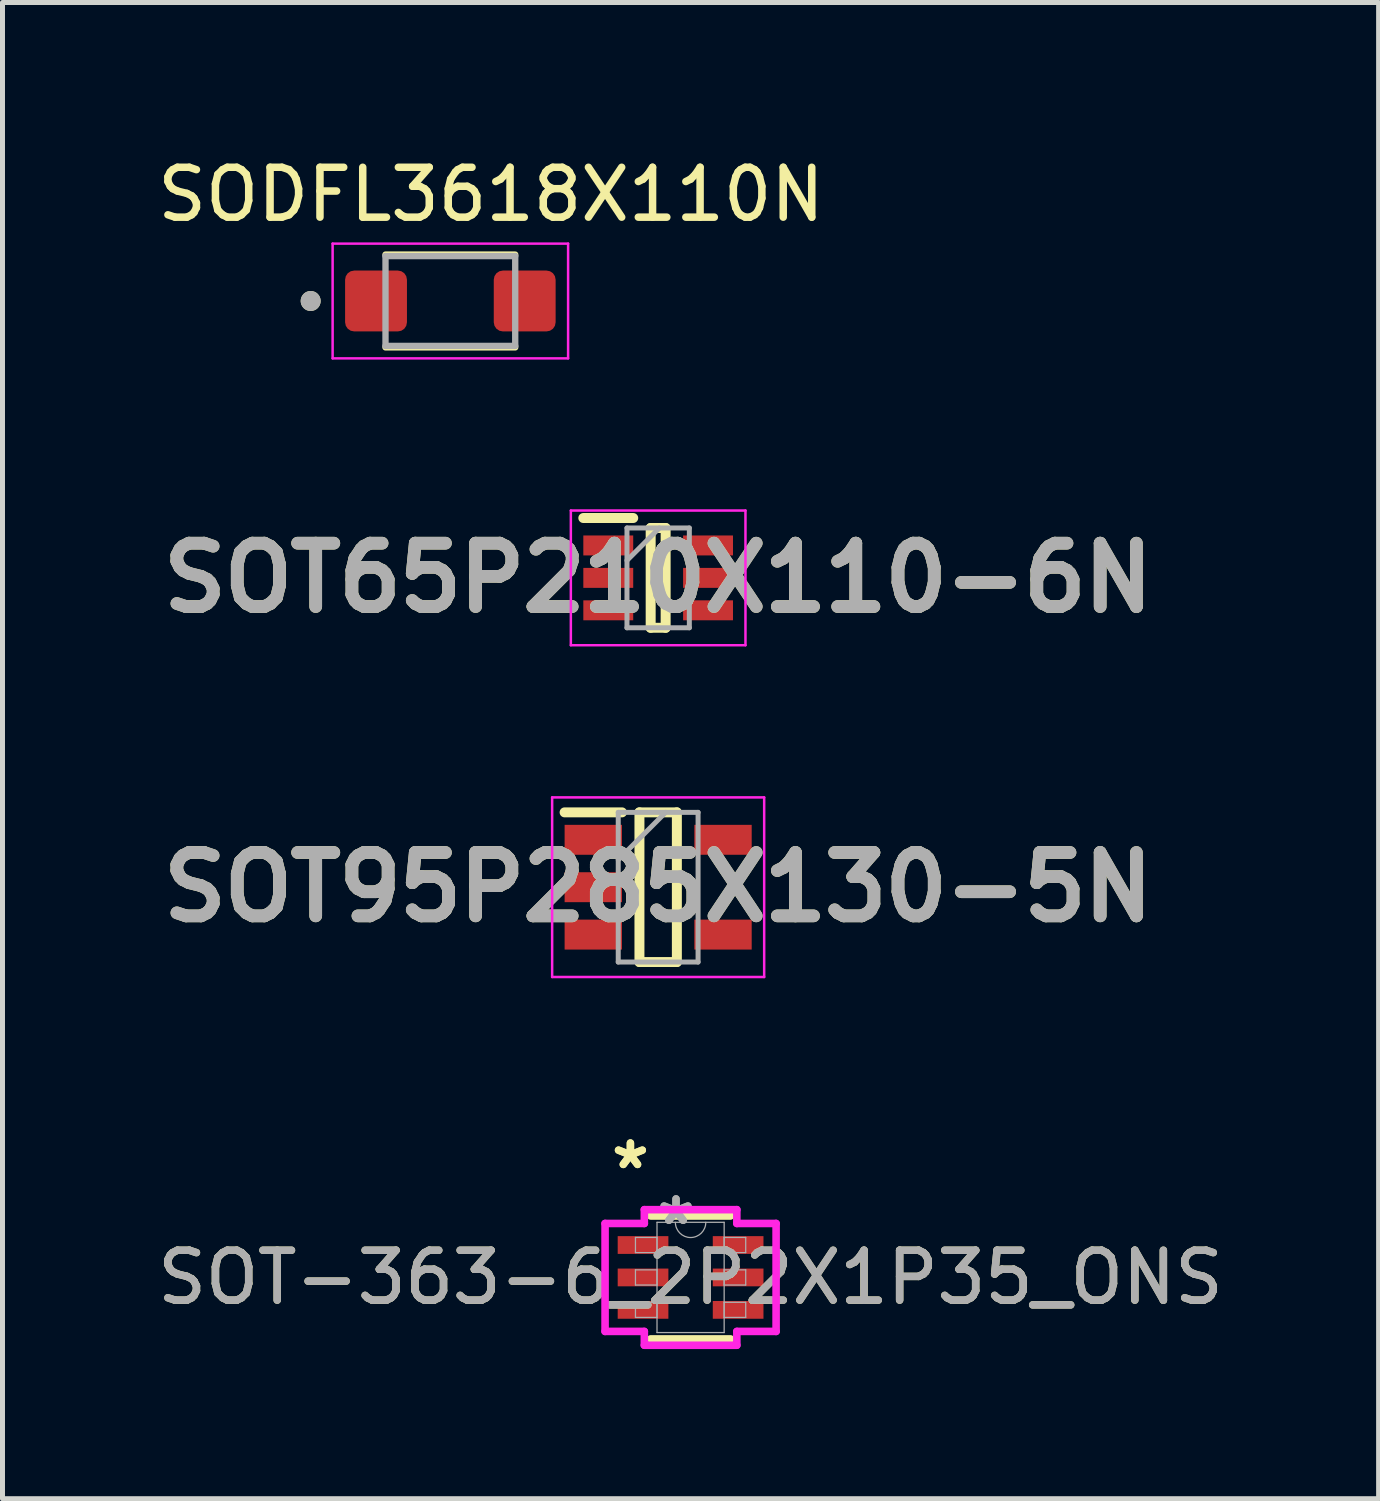
<source format=kicad_pcb>
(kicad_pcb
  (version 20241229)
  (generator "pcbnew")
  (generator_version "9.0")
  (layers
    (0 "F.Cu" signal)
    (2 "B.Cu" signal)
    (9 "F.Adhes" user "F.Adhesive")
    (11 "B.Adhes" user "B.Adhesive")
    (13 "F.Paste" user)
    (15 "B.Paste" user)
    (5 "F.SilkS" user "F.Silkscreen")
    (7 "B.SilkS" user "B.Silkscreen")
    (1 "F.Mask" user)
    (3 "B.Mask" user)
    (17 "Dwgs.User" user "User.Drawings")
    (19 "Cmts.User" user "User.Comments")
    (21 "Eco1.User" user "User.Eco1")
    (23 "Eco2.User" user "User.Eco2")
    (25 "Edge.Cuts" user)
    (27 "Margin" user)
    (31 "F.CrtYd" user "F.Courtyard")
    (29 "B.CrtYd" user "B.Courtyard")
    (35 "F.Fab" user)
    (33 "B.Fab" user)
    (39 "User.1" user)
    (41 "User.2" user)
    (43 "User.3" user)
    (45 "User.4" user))
  (footprint "SODFL3618X110N"
    (layer "F.Cu")
    (at 5.977 2.983)
    (property "Reference" "SODFL3618X110N" (at 0.815 -2.135 0) (layer "F.SilkS") (effects (font (size 1 1) (thickness 0.15))))
    (attr smd)
    (fp_line (start -1.3 -0.93) (end 1.3 -0.93) (stroke (width 0.127) (type solid)) (layer "F.SilkS"))
    (fp_line (start -1.3 0.93) (end 1.3 0.93) (stroke (width 0.127) (type solid)) (layer "F.SilkS"))
    (fp_circle (center -2.8 0) (end -2.7 0) (stroke (width 0.2) (type solid)) (fill no) (layer "F.SilkS"))
    (fp_line (start -2.36 -1.15) (end -2.36 1.15) (stroke (width 0.05) (type solid)) (layer "F.CrtYd"))
    (fp_line (start -2.36 1.15) (end 2.36 1.15) (stroke (width 0.05) (type solid)) (layer "F.CrtYd"))
    (fp_line (start 2.36 -1.15) (end -2.36 -1.15) (stroke (width 0.05) (type solid)) (layer "F.CrtYd"))
    (fp_line (start 2.36 1.15) (end 2.36 -1.15) (stroke (width 0.05) (type solid)) (layer "F.CrtYd"))
    (fp_line (start -1.3 -0.9) (end 1.3 -0.9) (stroke (width 0.127) (type solid)) (layer "F.Fab"))
    (fp_line (start -1.3 0.9) (end -1.3 -0.9) (stroke (width 0.127) (type solid)) (layer "F.Fab"))
    (fp_line (start 1.3 -0.9) (end 1.3 0.9) (stroke (width 0.127) (type solid)) (layer "F.Fab"))
    (fp_line (start 1.3 0.9) (end -1.3 0.9) (stroke (width 0.127) (type solid)) (layer "F.Fab"))
    (fp_circle (center -2.8 0) (end -2.7 0) (stroke (width 0.2) (type solid)) (fill no) (layer "F.Fab"))
    (pad "A" smd roundrect (at 1.49 0) (size 1.24 1.22) (layers "F.Cu" "F.Mask" "F.Paste") (roundrect_rratio 0.15))
    (pad "C" smd roundrect (at -1.49 0) (size 1.24 1.22) (layers "F.Cu" "F.Mask" "F.Paste") (roundrect_rratio 0.15)))
  (footprint "SOT-363-6_2P2X1P35_ONS"
    (layer "F.Cu")
    (at 10.792 22.555)
    (property "Reference" "SOT-363-6_2P2X1P35_ONS" (at 0 0 0) (unlocked yes) (layer "F.SilkS") (effects (font (size 1 1) (thickness 0.15))))
    (attr smd)
    (fp_line (start -0.8 1.232) (end 0.8 1.232) (stroke (width 0.152) (type solid)) (layer "F.SilkS"))
    (fp_line (start 0.8 -1.232) (end -0.8 -1.232) (stroke (width 0.152) (type solid)) (layer "F.SilkS"))
    (fp_line (start -1.714 -1.082) (end -0.927 -1.082) (stroke (width 0.152) (type solid)) (layer "F.CrtYd"))
    (fp_line (start -1.714 1.082) (end -1.714 -1.082) (stroke (width 0.152) (type solid)) (layer "F.CrtYd"))
    (fp_line (start -1.714 1.082) (end -0.927 1.082) (stroke (width 0.152) (type solid)) (layer "F.CrtYd"))
    (fp_line (start -0.927 -1.359) (end 0.927 -1.359) (stroke (width 0.152) (type solid)) (layer "F.CrtYd"))
    (fp_line (start -0.927 -1.082) (end -0.927 -1.359) (stroke (width 0.152) (type solid)) (layer "F.CrtYd"))
    (fp_line (start -0.927 1.359) (end -0.927 1.082) (stroke (width 0.152) (type solid)) (layer "F.CrtYd"))
    (fp_line (start 0.927 -1.359) (end 0.927 -1.082) (stroke (width 0.152) (type solid)) (layer "F.CrtYd"))
    (fp_line (start 0.927 1.082) (end 0.927 1.359) (stroke (width 0.152) (type solid)) (layer "F.CrtYd"))
    (fp_line (start 0.927 1.359) (end -0.927 1.359) (stroke (width 0.152) (type solid)) (layer "F.CrtYd"))
    (fp_line (start 1.714 -1.082) (end 0.927 -1.082) (stroke (width 0.152) (type solid)) (layer "F.CrtYd"))
    (fp_line (start 1.714 -1.082) (end 1.714 1.082) (stroke (width 0.152) (type solid)) (layer "F.CrtYd"))
    (fp_line (start 1.714 1.082) (end 0.927 1.082) (stroke (width 0.152) (type solid)) (layer "F.CrtYd"))
    (fp_line (start -1.105 -0.802) (end -1.105 -0.498) (stroke (width 0.025) (type solid)) (layer "F.Fab"))
    (fp_line (start -1.105 -0.498) (end -0.673 -0.498) (stroke (width 0.025) (type solid)) (layer "F.Fab"))
    (fp_line (start -1.105 -0.152) (end -1.105 0.152) (stroke (width 0.025) (type solid)) (layer "F.Fab"))
    (fp_line (start -1.105 0.152) (end -0.673 0.152) (stroke (width 0.025) (type solid)) (layer "F.Fab"))
    (fp_line (start -1.105 0.498) (end -1.105 0.802) (stroke (width 0.025) (type solid)) (layer "F.Fab"))
    (fp_line (start -1.105 0.802) (end -0.673 0.802) (stroke (width 0.025) (type solid)) (layer "F.Fab"))
    (fp_line (start -0.673 -1.105) (end -0.673 1.105) (stroke (width 0.025) (type solid)) (layer "F.Fab"))
    (fp_line (start -0.673 -0.802) (end -1.105 -0.802) (stroke (width 0.025) (type solid)) (layer "F.Fab"))
    (fp_line (start -0.673 -0.498) (end -0.673 -0.802) (stroke (width 0.025) (type solid)) (layer "F.Fab"))
    (fp_line (start -0.673 -0.152) (end -1.105 -0.152) (stroke (width 0.025) (type solid)) (layer "F.Fab"))
    (fp_line (start -0.673 0.152) (end -0.673 -0.152) (stroke (width 0.025) (type solid)) (layer "F.Fab"))
    (fp_line (start -0.673 0.498) (end -1.105 0.498) (stroke (width 0.025) (type solid)) (layer "F.Fab"))
    (fp_line (start -0.673 0.802) (end -0.673 0.498) (stroke (width 0.025) (type solid)) (layer "F.Fab"))
    (fp_line (start -0.673 1.105) (end 0.673 1.105) (stroke (width 0.025) (type solid)) (layer "F.Fab"))
    (fp_line (start 0.673 -1.105) (end -0.673 -1.105) (stroke (width 0.025) (type solid)) (layer "F.Fab"))
    (fp_line (start 0.673 -0.802) (end 0.673 -0.498) (stroke (width 0.025) (type solid)) (layer "F.Fab"))
    (fp_line (start 0.673 -0.498) (end 1.105 -0.498) (stroke (width 0.025) (type solid)) (layer "F.Fab"))
    (fp_line (start 0.673 -0.152) (end 0.673 0.152) (stroke (width 0.025) (type solid)) (layer "F.Fab"))
    (fp_line (start 0.673 0.152) (end 1.105 0.152) (stroke (width 0.025) (type solid)) (layer "F.Fab"))
    (fp_line (start 0.673 0.498) (end 0.673 0.802) (stroke (width 0.025) (type solid)) (layer "F.Fab"))
    (fp_line (start 0.673 0.802) (end 1.105 0.802) (stroke (width 0.025) (type solid)) (layer "F.Fab"))
    (fp_line (start 0.673 1.105) (end 0.673 -1.105) (stroke (width 0.025) (type solid)) (layer "F.Fab"))
    (fp_line (start 1.105 -0.802) (end 0.673 -0.802) (stroke (width 0.025) (type solid)) (layer "F.Fab"))
    (fp_line (start 1.105 -0.498) (end 1.105 -0.802) (stroke (width 0.025) (type solid)) (layer "F.Fab"))
    (fp_line (start 1.105 -0.152) (end 0.673 -0.152) (stroke (width 0.025) (type solid)) (layer "F.Fab"))
    (fp_line (start 1.105 0.152) (end 1.105 -0.152) (stroke (width 0.025) (type solid)) (layer "F.Fab"))
    (fp_line (start 1.105 0.498) (end 0.673 0.498) (stroke (width 0.025) (type solid)) (layer "F.Fab"))
    (fp_line (start 1.105 0.802) (end 1.105 0.498) (stroke (width 0.025) (type solid)) (layer "F.Fab"))
    (fp_arc (start 0.3048 -1.1049) (mid 0 -0.8001) (end -0.3048 -1.1049) (stroke (width 0.0254) (type solid)) (layer "F.Fab"))
    (fp_text user "*" (at -1.206 -2.149 0) (unlocked yes) (layer "F.SilkS") (effects (font (size 1 1) (thickness 0.15))))
    (fp_text user "*" (at -1.206 -2.149 0) (layer "F.SilkS") (effects (font (size 1 1) (thickness 0.15))))
    (fp_text user "*" (at -0.292 -1.029 0) (layer "F.Fab") (effects (font (size 1 1) (thickness 0.15))))
    (fp_text user "${REFERENCE}" (at 0 0 0) (unlocked yes) (layer "F.Fab") (effects (font (size 1 1) (thickness 0.15))))
    (fp_text user "*" (at -0.292 -1.029 0) (unlocked yes) (layer "F.Fab") (effects (font (size 1 1) (thickness 0.15))))
    (pad "1" smd rect (at -0.953 -0.65) (size 1.016 0.356) (layers "F.Cu" "F.Mask" "F.Paste"))
    (pad "2" smd rect (at -0.953 0) (size 1.016 0.356) (layers "F.Cu" "F.Mask" "F.Paste"))
    (pad "3" smd rect (at -0.953 0.65) (size 1.016 0.356) (layers "F.Cu" "F.Mask" "F.Paste"))
    (pad "4" smd rect (at 0.953 0.65) (size 1.016 0.356) (layers "F.Cu" "F.Mask" "F.Paste"))
    (pad "5" smd rect (at 0.953 0) (size 1.016 0.356) (layers "F.Cu" "F.Mask" "F.Paste"))
    (pad "6" smd rect (at 0.953 -0.65) (size 1.016 0.356) (layers "F.Cu" "F.Mask" "F.Paste")))
  (footprint "SOT65P210X110-6N"
    (layer "F.Cu")
    (at 10.142 8.533)
    (property "Reference" "SOT65P210X110-6N" (at 0 0 0) (layer "F.SilkS") (effects (font (size 1.27 1.27) (thickness 0.254))))
    (attr smd)
    (fp_line (start -1.5 -1.2) (end -0.5 -1.2) (stroke (width 0.2) (type solid)) (layer "F.SilkS"))
    (fp_line (start -0.15 -1) (end 0.15 -1) (stroke (width 0.2) (type solid)) (layer "F.SilkS"))
    (fp_line (start -0.15 1) (end -0.15 -1) (stroke (width 0.2) (type solid)) (layer "F.SilkS"))
    (fp_line (start 0.15 -1) (end 0.15 1) (stroke (width 0.2) (type solid)) (layer "F.SilkS"))
    (fp_line (start 0.15 1) (end -0.15 1) (stroke (width 0.2) (type solid)) (layer "F.SilkS"))
    (fp_line (start -1.75 -1.35) (end 1.75 -1.35) (stroke (width 0.05) (type solid)) (layer "F.CrtYd"))
    (fp_line (start -1.75 1.35) (end -1.75 -1.35) (stroke (width 0.05) (type solid)) (layer "F.CrtYd"))
    (fp_line (start 1.75 -1.35) (end 1.75 1.35) (stroke (width 0.05) (type solid)) (layer "F.CrtYd"))
    (fp_line (start 1.75 1.35) (end -1.75 1.35) (stroke (width 0.05) (type solid)) (layer "F.CrtYd"))
    (fp_line (start -0.625 -1) (end 0.625 -1) (stroke (width 0.1) (type solid)) (layer "F.Fab"))
    (fp_line (start -0.625 -0.35) (end 0.025 -1) (stroke (width 0.1) (type solid)) (layer "F.Fab"))
    (fp_line (start -0.625 1) (end -0.625 -1) (stroke (width 0.1) (type solid)) (layer "F.Fab"))
    (fp_line (start 0.625 -1) (end 0.625 1) (stroke (width 0.1) (type solid)) (layer "F.Fab"))
    (fp_line (start 0.625 1) (end -0.625 1) (stroke (width 0.1) (type solid)) (layer "F.Fab"))
    (fp_text user "${REFERENCE}" (at 0 0 0) (layer "F.Fab") (effects (font (size 1.27 1.27) (thickness 0.254))))
    (pad "1" smd rect (at -1 -0.65 90) (size 0.4 1) (layers "F.Cu" "F.Mask" "F.Paste"))
    (pad "2" smd rect (at -1 0 90) (size 0.4 1) (layers "F.Cu" "F.Mask" "F.Paste"))
    (pad "3" smd rect (at -1 0.65 90) (size 0.4 1) (layers "F.Cu" "F.Mask" "F.Paste"))
    (pad "4" smd rect (at 1 0.65 90) (size 0.4 1) (layers "F.Cu" "F.Mask" "F.Paste"))
    (pad "5" smd rect (at 1 0 90) (size 0.4 1) (layers "F.Cu" "F.Mask" "F.Paste"))
    (pad "6" smd rect (at 1 -0.65 90) (size 0.4 1) (layers "F.Cu" "F.Mask" "F.Paste")))
  (footprint "SOT95P285X130-5N"
    (layer "F.Cu")
    (at 10.142 14.733)
    (property "Reference" "SOT95P285X130-5N" (at 0 0 0) (layer "F.SilkS") (effects (font (size 1.27 1.27) (thickness 0.254))))
    (attr smd)
    (fp_line (start -1.875 -1.5) (end -0.725 -1.5) (stroke (width 0.2) (type solid)) (layer "F.SilkS"))
    (fp_line (start -0.375 -1.5) (end 0.375 -1.5) (stroke (width 0.2) (type solid)) (layer "F.SilkS"))
    (fp_line (start -0.375 1.5) (end -0.375 -1.5) (stroke (width 0.2) (type solid)) (layer "F.SilkS"))
    (fp_line (start 0.375 -1.5) (end 0.375 1.5) (stroke (width 0.2) (type solid)) (layer "F.SilkS"))
    (fp_line (start 0.375 1.5) (end -0.375 1.5) (stroke (width 0.2) (type solid)) (layer "F.SilkS"))
    (fp_line (start -2.125 -1.8) (end 2.125 -1.8) (stroke (width 0.05) (type solid)) (layer "F.CrtYd"))
    (fp_line (start -2.125 1.8) (end -2.125 -1.8) (stroke (width 0.05) (type solid)) (layer "F.CrtYd"))
    (fp_line (start 2.125 -1.8) (end 2.125 1.8) (stroke (width 0.05) (type solid)) (layer "F.CrtYd"))
    (fp_line (start 2.125 1.8) (end -2.125 1.8) (stroke (width 0.05) (type solid)) (layer "F.CrtYd"))
    (fp_line (start -0.8 -1.5) (end 0.8 -1.5) (stroke (width 0.1) (type solid)) (layer "F.Fab"))
    (fp_line (start -0.8 -0.55) (end 0.15 -1.5) (stroke (width 0.1) (type solid)) (layer "F.Fab"))
    (fp_line (start -0.8 1.5) (end -0.8 -1.5) (stroke (width 0.1) (type solid)) (layer "F.Fab"))
    (fp_line (start 0.8 -1.5) (end 0.8 1.5) (stroke (width 0.1) (type solid)) (layer "F.Fab"))
    (fp_line (start 0.8 1.5) (end -0.8 1.5) (stroke (width 0.1) (type solid)) (layer "F.Fab"))
    (fp_text user "${REFERENCE}" (at 0 0 0) (layer "F.Fab") (effects (font (size 1.27 1.27) (thickness 0.254))))
    (pad "1" smd rect (at -1.3 -0.95 90) (size 0.6 1.15) (layers "F.Cu" "F.Mask" "F.Paste"))
    (pad "2" smd rect (at -1.3 0 90) (size 0.6 1.15) (layers "F.Cu" "F.Mask" "F.Paste"))
    (pad "3" smd rect (at -1.3 0.95 90) (size 0.6 1.15) (layers "F.Cu" "F.Mask" "F.Paste"))
    (pad "4" smd rect (at 1.3 0.95 90) (size 0.6 1.15) (layers "F.Cu" "F.Mask" "F.Paste"))
    (pad "5" smd rect (at 1.3 -0.95 90) (size 0.6 1.15) (layers "F.Cu" "F.Mask" "F.Paste")))
  (gr_rect
    (start -3 -3)
    (end 24.583 26.99)
    (stroke (width 0.1) (type default))
    (fill no)
    (layer "Edge.Cuts")))
</source>
